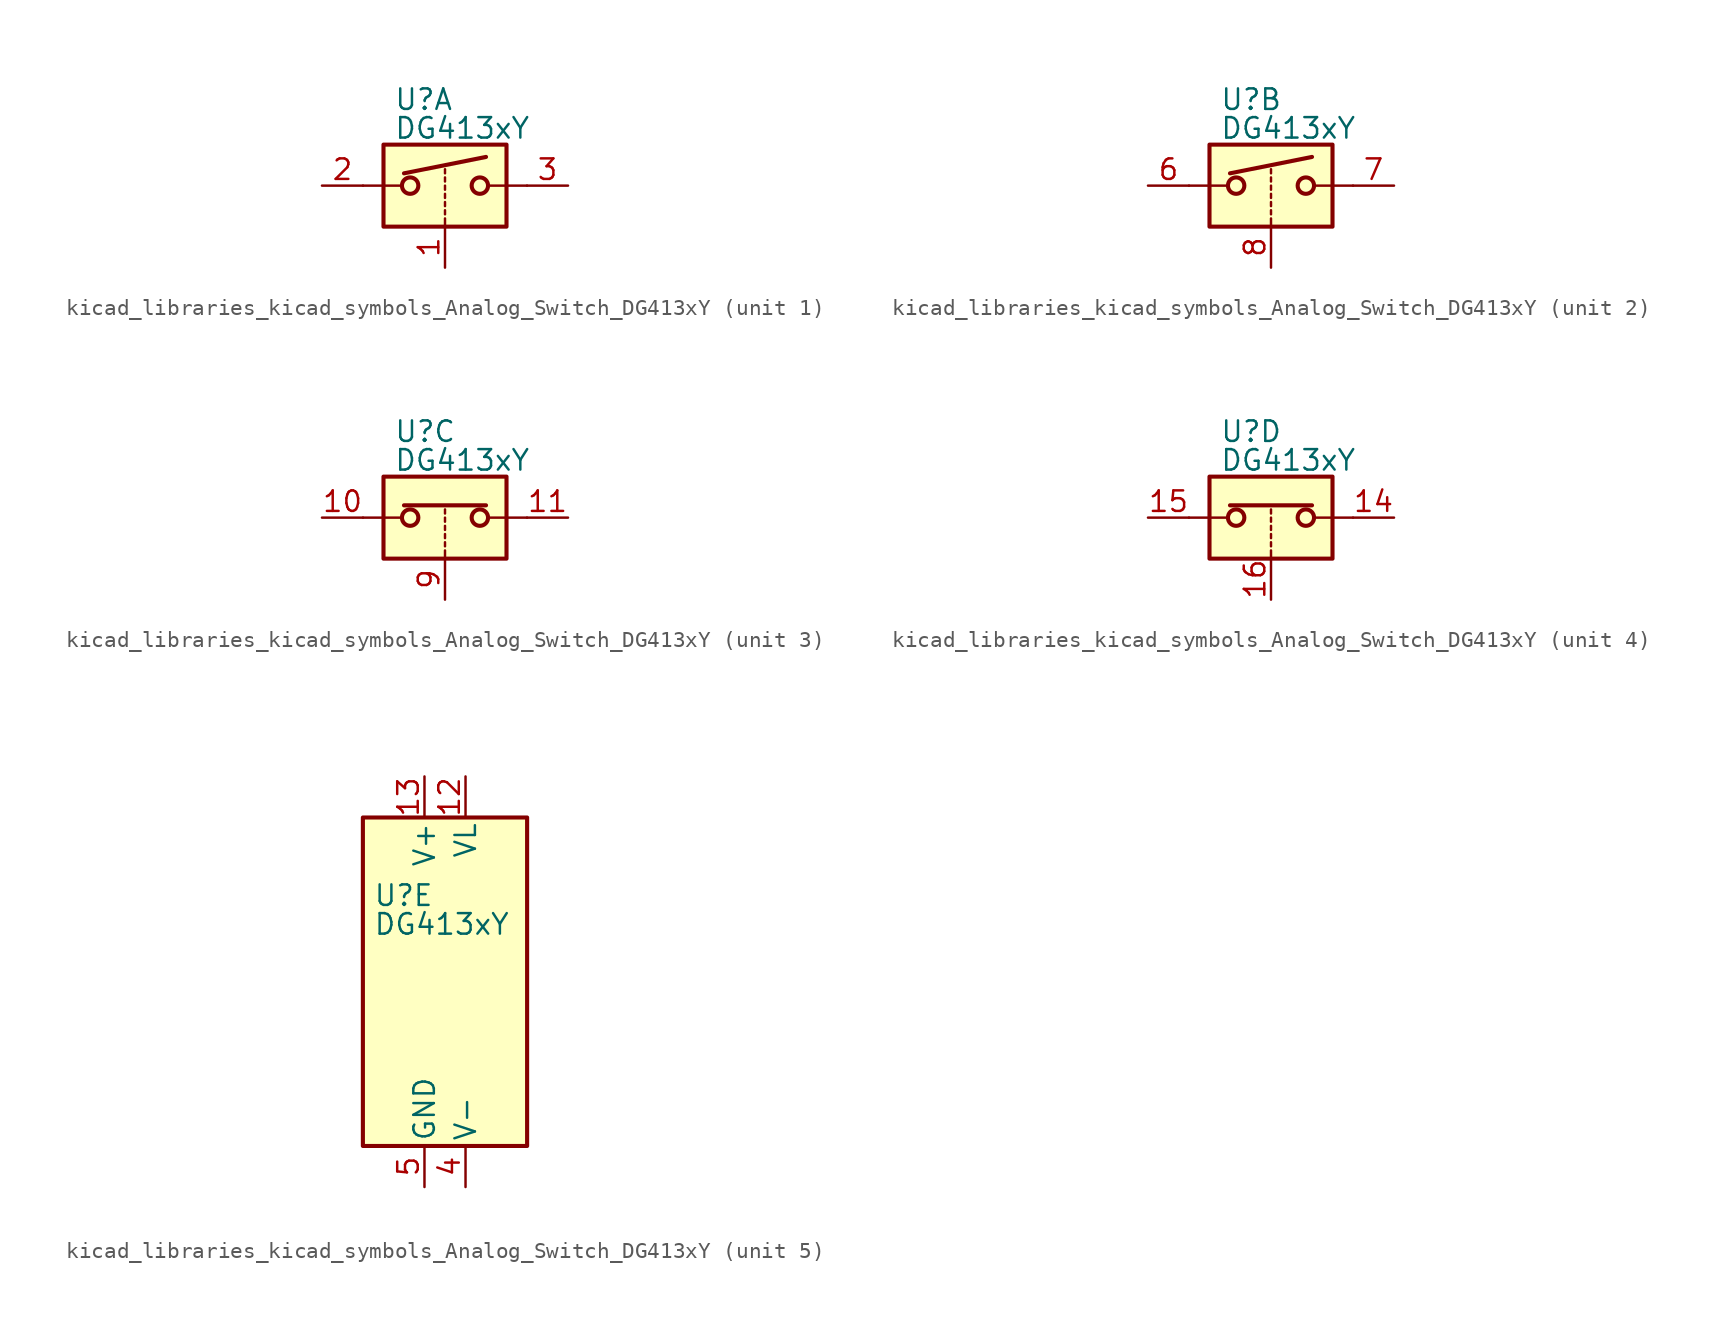
<source format=kicad_sym>
(kicad_symbol_lib
  (version 20220914)
  (generator kicad_symbol_editor)
  (symbol "kicad_libraries_kicad_symbols_Analog_Switch_DG413xY"
    (pin_names
      (offset 0.254))
    (property "Reference" "U"
      (at -3.175 5.334 0)
      (effects (font (size 1.27 1.27)) (justify left)))
    (property "Value" "DG413xY"
      (at -3.175 3.556 0)
      (effects (font (size 1.27 1.27)) (justify left)))
    (symbol "kicad_libraries_kicad_symbols_Analog_Switch_DG413xY_1_1"
      (rectangle (start -3.81 2.54) (end 3.81 -2.54) (stroke (width 0.254) (type default)) (fill (type background)))
      (circle (center -2.159 0) (radius 0.508) (stroke (width 0.254) (type default)) (fill (type none)))
      (polyline (pts (xy -5.08 0) (xy -2.794 0)) (stroke (width 0) (type default)) (fill (type none)))
      (polyline (pts (xy -2.54 0.762) (xy 2.54 1.778)) (stroke (width 0.254) (type default)) (fill (type none)))
      (polyline (pts (xy 0 -2.54) (xy 0 -2.032)) (stroke (width 0) (type default)) (fill (type none)))
      (polyline (pts (xy 0 -1.778) (xy 0 -1.524)) (stroke (width 0) (type default)) (fill (type none)))
      (polyline (pts (xy 0 -1.27) (xy 0 -1.016)) (stroke (width 0) (type default)) (fill (type none)))
      (polyline (pts (xy 0 -0.762) (xy 0 -0.508)) (stroke (width 0) (type default)) (fill (type none)))
      (polyline (pts (xy 0 -0.254) (xy 0 0)) (stroke (width 0) (type default)) (fill (type none)))
      (polyline (pts (xy 0 0.254) (xy 0 0.508)) (stroke (width 0) (type default)) (fill (type none)))
      (polyline (pts (xy 0 0.762) (xy 0 1.016)) (stroke (width 0) (type default)) (fill (type none)))
      (polyline (pts (xy 5.08 0) (xy 2.794 0)) (stroke (width 0) (type default)) (fill (type none)))
      (circle (center 2.159 0) (radius 0.508) (stroke (width 0.254) (type default)) (fill (type none)))
      (pin input line (at 0 -5.08 90) (length 2.54) (name "~" (effects (font (size 1.27 1.27)))) (number "1" (effects (font (size 1.27 1.27)))))
      (pin passive line (at -7.62 0 0) (length 2.54) (name "~" (effects (font (size 1.27 1.27)))) (number "2" (effects (font (size 1.27 1.27)))))
      (pin passive line (at 7.62 0 180) (length 2.54) (name "~" (effects (font (size 1.27 1.27)))) (number "3" (effects (font (size 1.27 1.27))))))
    (symbol "kicad_libraries_kicad_symbols_Analog_Switch_DG413xY_2_1"
      (rectangle (start -3.81 2.54) (end 3.81 -2.54) (stroke (width 0.254) (type default)) (fill (type background)))
      (circle (center -2.159 0) (radius 0.508) (stroke (width 0.254) (type default)) (fill (type none)))
      (polyline (pts (xy -5.08 0) (xy -2.794 0)) (stroke (width 0) (type default)) (fill (type none)))
      (polyline (pts (xy -2.54 0.762) (xy 2.54 1.778)) (stroke (width 0.254) (type default)) (fill (type none)))
      (polyline (pts (xy 0 -2.54) (xy 0 -2.032)) (stroke (width 0) (type default)) (fill (type none)))
      (polyline (pts (xy 0 -1.778) (xy 0 -1.524)) (stroke (width 0) (type default)) (fill (type none)))
      (polyline (pts (xy 0 -1.27) (xy 0 -1.016)) (stroke (width 0) (type default)) (fill (type none)))
      (polyline (pts (xy 0 -0.762) (xy 0 -0.508)) (stroke (width 0) (type default)) (fill (type none)))
      (polyline (pts (xy 0 -0.254) (xy 0 0)) (stroke (width 0) (type default)) (fill (type none)))
      (polyline (pts (xy 0 0.254) (xy 0 0.508)) (stroke (width 0) (type default)) (fill (type none)))
      (polyline (pts (xy 0 0.762) (xy 0 1.016)) (stroke (width 0) (type default)) (fill (type none)))
      (polyline (pts (xy 5.08 0) (xy 2.794 0)) (stroke (width 0) (type default)) (fill (type none)))
      (circle (center 2.159 0) (radius 0.508) (stroke (width 0.254) (type default)) (fill (type none)))
      (pin passive line (at -7.62 0 0) (length 2.54) (name "~" (effects (font (size 1.27 1.27)))) (number "6" (effects (font (size 1.27 1.27)))))
      (pin passive line (at 7.62 0 180) (length 2.54) (name "~" (effects (font (size 1.27 1.27)))) (number "7" (effects (font (size 1.27 1.27)))))
      (pin input line (at 0 -5.08 90) (length 2.54) (name "~" (effects (font (size 1.27 1.27)))) (number "8" (effects (font (size 1.27 1.27))))))
    (symbol "kicad_libraries_kicad_symbols_Analog_Switch_DG413xY_3_1"
      (rectangle (start -3.81 2.54) (end 3.81 -2.54) (stroke (width 0.254) (type default)) (fill (type background)))
      (circle (center -2.159 0) (radius 0.508) (stroke (width 0.254) (type default)) (fill (type none)))
      (polyline (pts (xy -5.08 0) (xy -2.794 0)) (stroke (width 0) (type default)) (fill (type none)))
      (polyline (pts (xy -2.54 0.762) (xy 2.54 0.762)) (stroke (width 0.254) (type default)) (fill (type none)))
      (polyline (pts (xy 0 -2.54) (xy 0 -2.032)) (stroke (width 0) (type default)) (fill (type none)))
      (polyline (pts (xy 0 -1.778) (xy 0 -1.524)) (stroke (width 0) (type default)) (fill (type none)))
      (polyline (pts (xy 0 -1.27) (xy 0 -1.016)) (stroke (width 0) (type default)) (fill (type none)))
      (polyline (pts (xy 0 -0.762) (xy 0 -0.508)) (stroke (width 0) (type default)) (fill (type none)))
      (polyline (pts (xy 0 -0.254) (xy 0 0)) (stroke (width 0) (type default)) (fill (type none)))
      (polyline (pts (xy 0 0.254) (xy 0 0.508)) (stroke (width 0) (type default)) (fill (type none)))
      (polyline (pts (xy 5.08 0) (xy 2.794 0)) (stroke (width 0) (type default)) (fill (type none)))
      (circle (center 2.159 0) (radius 0.508) (stroke (width 0.254) (type default)) (fill (type none)))
      (pin passive line (at -7.62 0 0) (length 2.54) (name "~" (effects (font (size 1.27 1.27)))) (number "10" (effects (font (size 1.27 1.27)))))
      (pin passive line (at 7.62 0 180) (length 2.54) (name "~" (effects (font (size 1.27 1.27)))) (number "11" (effects (font (size 1.27 1.27)))))
      (pin input line (at 0 -5.08 90) (length 2.54) (name "~" (effects (font (size 1.27 1.27)))) (number "9" (effects (font (size 1.27 1.27))))))
    (symbol "kicad_libraries_kicad_symbols_Analog_Switch_DG413xY_4_1"
      (rectangle (start -3.81 2.54) (end 3.81 -2.54) (stroke (width 0.254) (type default)) (fill (type background)))
      (circle (center -2.159 0) (radius 0.508) (stroke (width 0.254) (type default)) (fill (type none)))
      (polyline (pts (xy -5.08 0) (xy -2.794 0)) (stroke (width 0) (type default)) (fill (type none)))
      (polyline (pts (xy -2.54 0.762) (xy 2.54 0.762)) (stroke (width 0.254) (type default)) (fill (type none)))
      (polyline (pts (xy 0 -2.54) (xy 0 -2.032)) (stroke (width 0) (type default)) (fill (type none)))
      (polyline (pts (xy 0 -1.778) (xy 0 -1.524)) (stroke (width 0) (type default)) (fill (type none)))
      (polyline (pts (xy 0 -1.27) (xy 0 -1.016)) (stroke (width 0) (type default)) (fill (type none)))
      (polyline (pts (xy 0 -0.762) (xy 0 -0.508)) (stroke (width 0) (type default)) (fill (type none)))
      (polyline (pts (xy 0 -0.254) (xy 0 0)) (stroke (width 0) (type default)) (fill (type none)))
      (polyline (pts (xy 0 0.254) (xy 0 0.508)) (stroke (width 0) (type default)) (fill (type none)))
      (polyline (pts (xy 5.08 0) (xy 2.794 0)) (stroke (width 0) (type default)) (fill (type none)))
      (circle (center 2.159 0) (radius 0.508) (stroke (width 0.254) (type default)) (fill (type none)))
      (pin passive line (at 7.62 0 180) (length 2.54) (name "~" (effects (font (size 1.27 1.27)))) (number "14" (effects (font (size 1.27 1.27)))))
      (pin passive line (at -7.62 0 0) (length 2.54) (name "~" (effects (font (size 1.27 1.27)))) (number "15" (effects (font (size 1.27 1.27)))))
      (pin input line (at 0 -5.08 90) (length 2.54) (name "~" (effects (font (size 1.27 1.27)))) (number "16" (effects (font (size 1.27 1.27))))))
    (symbol "kicad_libraries_kicad_symbols_Analog_Switch_DG413xY_5_0"
      (pin power_in line (at 2.54 12.7 270) (length 2.54) (name "VL" (effects (font (size 1.27 1.27)))) (number "12" (effects (font (size 1.27 1.27)))))
      (pin power_in line (at 0 12.7 270) (length 2.54) (name "V+" (effects (font (size 1.27 1.27)))) (number "13" (effects (font (size 1.27 1.27)))))
      (pin power_in line (at 2.54 -12.7 90) (length 2.54) (name "V-" (effects (font (size 1.27 1.27)))) (number "4" (effects (font (size 1.27 1.27)))))
      (pin power_in line (at 0 -12.7 90) (length 2.54) (name "GND" (effects (font (size 1.27 1.27)))) (number "5" (effects (font (size 1.27 1.27))))))
    (symbol "kicad_libraries_kicad_symbols_Analog_Switch_DG413xY_5_1"
      (rectangle (start -3.81 10.16) (end 6.35 -10.16) (stroke (width 0.254) (type default)) (fill (type background))))))
</source>
